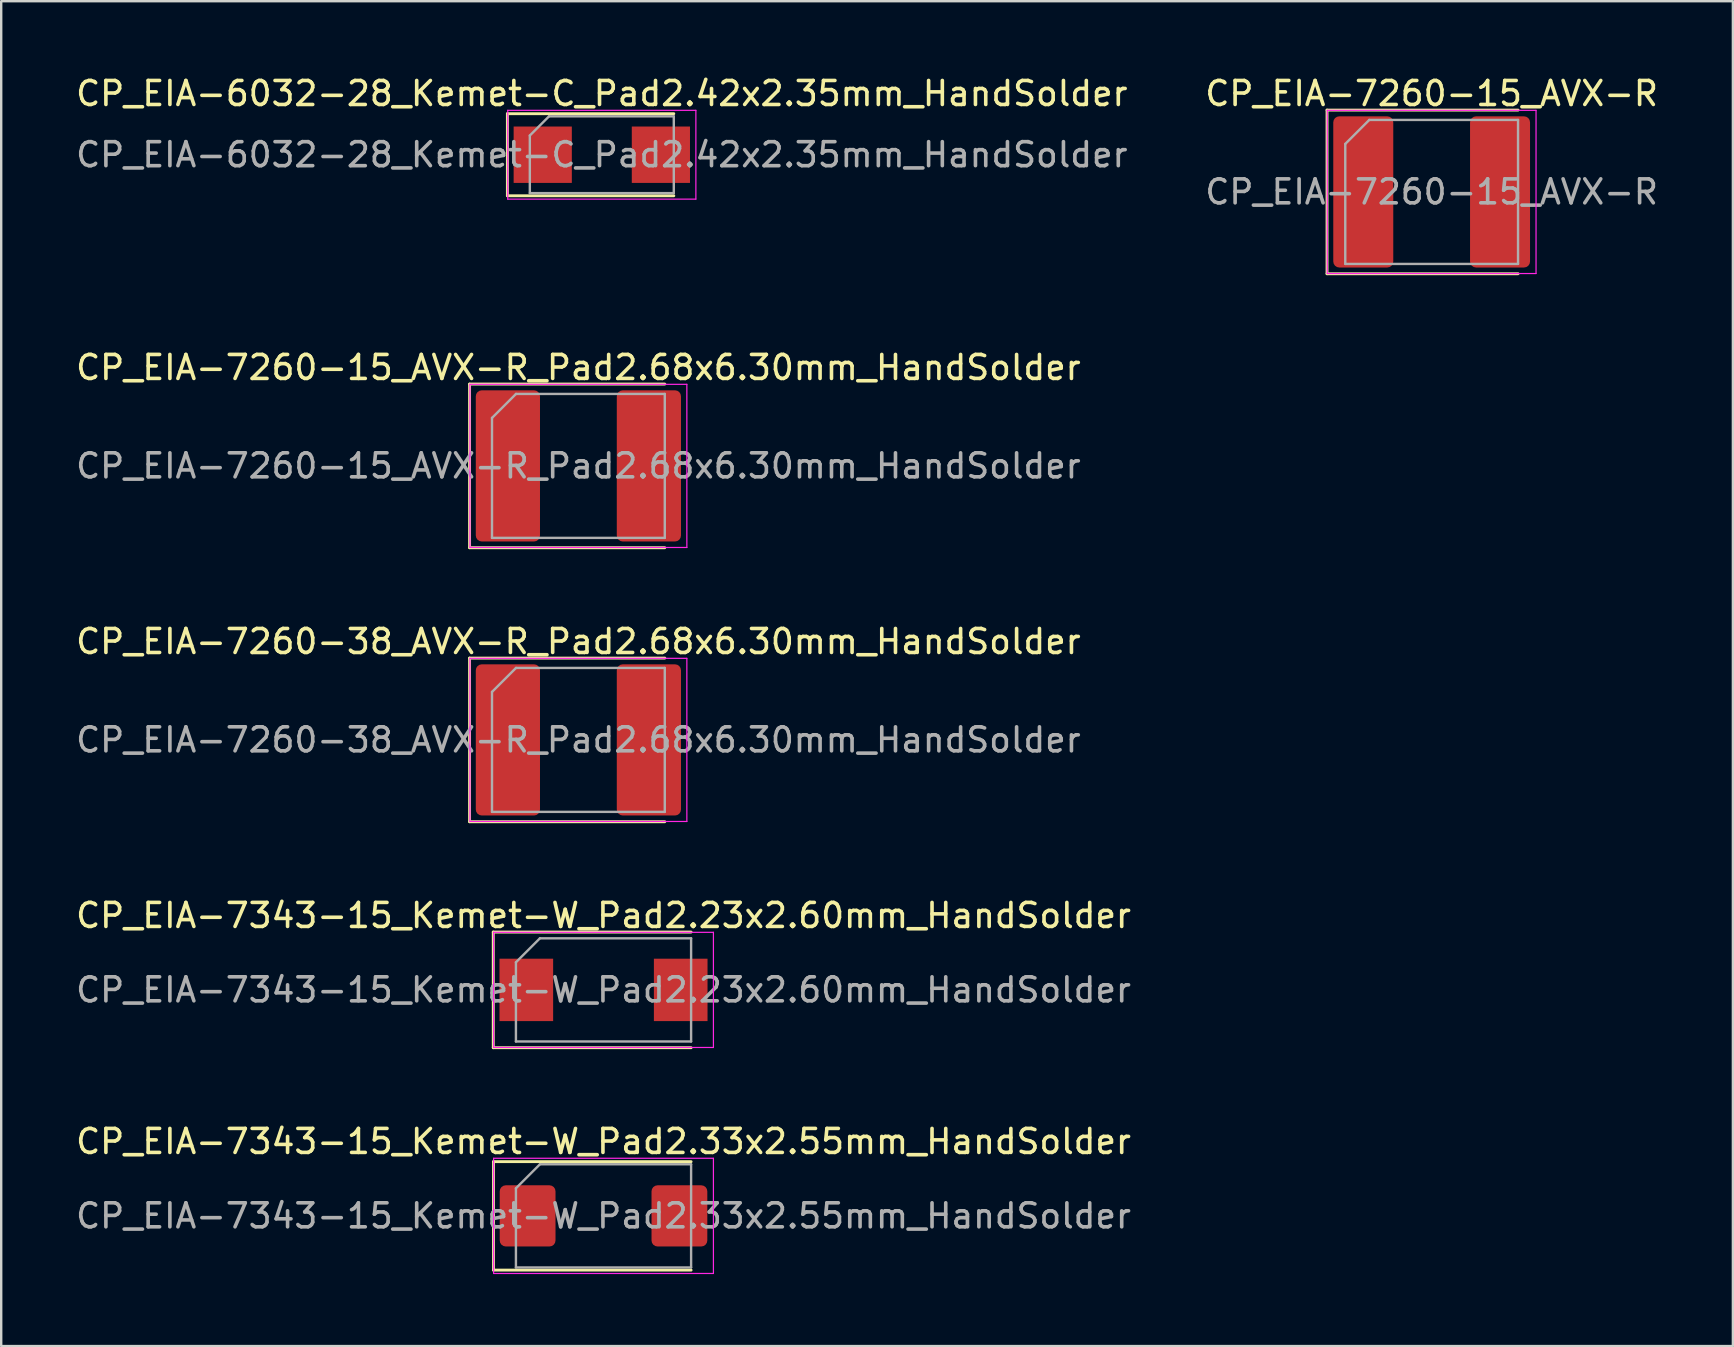
<source format=kicad_pcb>
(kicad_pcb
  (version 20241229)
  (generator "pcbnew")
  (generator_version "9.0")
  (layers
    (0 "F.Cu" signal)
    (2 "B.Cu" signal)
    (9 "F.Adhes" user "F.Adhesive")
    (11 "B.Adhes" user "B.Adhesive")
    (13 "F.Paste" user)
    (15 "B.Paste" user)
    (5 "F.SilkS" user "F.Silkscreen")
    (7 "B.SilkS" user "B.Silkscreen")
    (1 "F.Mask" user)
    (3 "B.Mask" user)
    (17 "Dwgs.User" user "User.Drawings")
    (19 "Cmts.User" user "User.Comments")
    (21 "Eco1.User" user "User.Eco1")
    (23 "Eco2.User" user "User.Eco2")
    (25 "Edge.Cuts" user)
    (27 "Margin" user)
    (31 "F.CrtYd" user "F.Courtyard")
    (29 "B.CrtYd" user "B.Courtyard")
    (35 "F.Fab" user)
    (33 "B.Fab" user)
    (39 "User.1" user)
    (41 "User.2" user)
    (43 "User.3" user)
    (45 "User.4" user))
  (footprint "CP_EIA-7343-15_Kemet-W_Pad2.33x2.55mm_HandSolder"
    (layer "F.Cu")
    (at 22.101 47.621)
    (property "Reference" "CP_EIA-7343-15_Kemet-W_Pad2.33x2.55mm_HandSolder" (at 0 -3.1 0) (layer "F.SilkS") (effects (font (size 1 1) (thickness 0.15))))
    (attr smd)
    (fp_line (start -4.585 -2.26) (end -4.585 2.26) (stroke (width 0.12) (type solid)) (layer "F.SilkS"))
    (fp_line (start -4.585 2.26) (end 3.65 2.26) (stroke (width 0.12) (type solid)) (layer "F.SilkS"))
    (fp_line (start 3.65 -2.26) (end -4.585 -2.26) (stroke (width 0.12) (type solid)) (layer "F.SilkS"))
    (fp_line (start -4.58 -2.4) (end 4.58 -2.4) (stroke (width 0.05) (type solid)) (layer "F.CrtYd"))
    (fp_line (start -4.58 2.4) (end -4.58 -2.4) (stroke (width 0.05) (type solid)) (layer "F.CrtYd"))
    (fp_line (start 4.58 -2.4) (end 4.58 2.4) (stroke (width 0.05) (type solid)) (layer "F.CrtYd"))
    (fp_line (start 4.58 2.4) (end -4.58 2.4) (stroke (width 0.05) (type solid)) (layer "F.CrtYd"))
    (fp_line (start -3.65 -1.15) (end -3.65 2.15) (stroke (width 0.1) (type solid)) (layer "F.Fab"))
    (fp_line (start -3.65 2.15) (end 3.65 2.15) (stroke (width 0.1) (type solid)) (layer "F.Fab"))
    (fp_line (start -2.65 -2.15) (end -3.65 -1.15) (stroke (width 0.1) (type solid)) (layer "F.Fab"))
    (fp_line (start 3.65 -2.15) (end -2.65 -2.15) (stroke (width 0.1) (type solid)) (layer "F.Fab"))
    (fp_line (start 3.65 2.15) (end 3.65 -2.15) (stroke (width 0.1) (type solid)) (layer "F.Fab"))
    (fp_text user "${REFERENCE}" (at 0 0 0) (layer "F.Fab") (effects (font (size 1 1) (thickness 0.15))))
    (pad "1" smd roundrect (at -3.163 0) (size 2.325 2.55) (layers "F.Cu" "F.Mask" "F.Paste") (roundrect_rratio 0.108))
    (pad "2" smd roundrect (at 3.163 0) (size 2.325 2.55) (layers "F.Cu" "F.Mask" "F.Paste") (roundrect_rratio 0.108)))
  (footprint "CP_EIA-6032-28_Kemet-C_Pad2.42x2.35mm_HandSolder"
    (layer "F.Cu")
    (at 22.03 3.398)
    (property "Reference" "CP_EIA-6032-28_Kemet-C_Pad2.42x2.35mm_HandSolder" (at 0 -2.55 0) (layer "F.SilkS") (effects (font (size 1 1) (thickness 0.15))))
    (attr smd)
    (fp_line (start -3.935 -1.71) (end -3.935 1.71) (stroke (width 0.12) (type solid)) (layer "F.SilkS"))
    (fp_line (start -3.935 1.71) (end 3 1.71) (stroke (width 0.12) (type solid)) (layer "F.SilkS"))
    (fp_line (start 3 -1.71) (end -3.935 -1.71) (stroke (width 0.12) (type solid)) (layer "F.SilkS"))
    (fp_line (start -3.92 -1.85) (end 3.92 -1.85) (stroke (width 0.05) (type solid)) (layer "F.CrtYd"))
    (fp_line (start -3.92 1.85) (end -3.92 -1.85) (stroke (width 0.05) (type solid)) (layer "F.CrtYd"))
    (fp_line (start 3.92 -1.85) (end 3.92 1.85) (stroke (width 0.05) (type solid)) (layer "F.CrtYd"))
    (fp_line (start 3.92 1.85) (end -3.92 1.85) (stroke (width 0.05) (type solid)) (layer "F.CrtYd"))
    (fp_line (start -3 -0.8) (end -3 1.6) (stroke (width 0.1) (type solid)) (layer "F.Fab"))
    (fp_line (start -3 1.6) (end 3 1.6) (stroke (width 0.1) (type solid)) (layer "F.Fab"))
    (fp_line (start -2.2 -1.6) (end -3 -0.8) (stroke (width 0.1) (type solid)) (layer "F.Fab"))
    (fp_line (start 3 -1.6) (end -2.2 -1.6) (stroke (width 0.1) (type solid)) (layer "F.Fab"))
    (fp_line (start 3 1.6) (end 3 -1.6) (stroke (width 0.1) (type solid)) (layer "F.Fab"))
    (fp_text user "${REFERENCE}" (at 0 0 0) (layer "F.Fab") (effects (font (size 1 1) (thickness 0.15))))
    (pad "1" smd rect (at -2.462 0) (size 2.425 2.35) (layers "F.Cu" "F.Mask" "F.Paste"))
    (pad "2" smd rect (at 2.462 0) (size 2.425 2.35) (layers "F.Cu" "F.Mask" "F.Paste")))
  (footprint "CP_EIA-7343-15_Kemet-W_Pad2.23x2.60mm_HandSolder"
    (layer "F.Cu")
    (at 22.101 38.203)
    (property "Reference" "CP_EIA-7343-15_Kemet-W_Pad2.23x2.60mm_HandSolder" (at 0 -3.1 0) (layer "F.SilkS") (effects (font (size 1 1) (thickness 0.15))))
    (attr smd)
    (fp_line (start -4.595 -2.41) (end -4.595 2.41) (stroke (width 0.12) (type solid)) (layer "F.SilkS"))
    (fp_line (start -4.595 2.41) (end 3.65 2.41) (stroke (width 0.12) (type solid)) (layer "F.SilkS"))
    (fp_line (start 3.65 -2.41) (end -4.595 -2.41) (stroke (width 0.12) (type solid)) (layer "F.SilkS"))
    (fp_line (start -4.58 -2.4) (end 4.58 -2.4) (stroke (width 0.05) (type solid)) (layer "F.CrtYd"))
    (fp_line (start -4.58 2.4) (end -4.58 -2.4) (stroke (width 0.05) (type solid)) (layer "F.CrtYd"))
    (fp_line (start 4.58 -2.4) (end 4.58 2.4) (stroke (width 0.05) (type solid)) (layer "F.CrtYd"))
    (fp_line (start 4.58 2.4) (end -4.58 2.4) (stroke (width 0.05) (type solid)) (layer "F.CrtYd"))
    (fp_line (start -3.65 -1.15) (end -3.65 2.15) (stroke (width 0.1) (type solid)) (layer "F.Fab"))
    (fp_line (start -3.65 2.15) (end 3.65 2.15) (stroke (width 0.1) (type solid)) (layer "F.Fab"))
    (fp_line (start -2.65 -2.15) (end -3.65 -1.15) (stroke (width 0.1) (type solid)) (layer "F.Fab"))
    (fp_line (start 3.65 -2.15) (end -2.65 -2.15) (stroke (width 0.1) (type solid)) (layer "F.Fab"))
    (fp_line (start 3.65 2.15) (end 3.65 -2.15) (stroke (width 0.1) (type solid)) (layer "F.Fab"))
    (fp_text user "${REFERENCE}" (at 0 0 0) (layer "F.Fab") (effects (font (size 1 1) (thickness 0.15))))
    (pad "1" smd rect (at -3.217 0) (size 2.235 2.6) (layers "F.Cu" "F.Mask" "F.Paste"))
    (pad "2" smd rect (at 3.217 0) (size 2.235 2.6) (layers "F.Cu" "F.Mask" "F.Paste")))
  (footprint "CP_EIA-7260-15_AVX-R"
    (layer "F.Cu")
    (at 56.613 4.948)
    (property "Reference" "CP_EIA-7260-15_AVX-R" (at 0 -4.1 0) (layer "F.SilkS") (effects (font (size 1 1) (thickness 0.15))))
    (attr smd)
    (fp_line (start -4.36 -3.41) (end -4.36 3.41) (stroke (width 0.12) (type solid)) (layer "F.SilkS"))
    (fp_line (start -4.36 3.41) (end 3.6 3.41) (stroke (width 0.12) (type solid)) (layer "F.SilkS"))
    (fp_line (start 3.6 -3.41) (end -4.36 -3.41) (stroke (width 0.12) (type solid)) (layer "F.SilkS"))
    (fp_line (start -4.35 -3.4) (end 4.35 -3.4) (stroke (width 0.05) (type solid)) (layer "F.CrtYd"))
    (fp_line (start -4.35 3.4) (end -4.35 -3.4) (stroke (width 0.05) (type solid)) (layer "F.CrtYd"))
    (fp_line (start 4.35 -3.4) (end 4.35 3.4) (stroke (width 0.05) (type solid)) (layer "F.CrtYd"))
    (fp_line (start 4.35 3.4) (end -4.35 3.4) (stroke (width 0.05) (type solid)) (layer "F.CrtYd"))
    (fp_line (start -3.6 -2) (end -3.6 3) (stroke (width 0.1) (type solid)) (layer "F.Fab"))
    (fp_line (start -3.6 3) (end 3.6 3) (stroke (width 0.1) (type solid)) (layer "F.Fab"))
    (fp_line (start -2.6 -3) (end -3.6 -2) (stroke (width 0.1) (type solid)) (layer "F.Fab"))
    (fp_line (start 3.6 -3) (end -2.6 -3) (stroke (width 0.1) (type solid)) (layer "F.Fab"))
    (fp_line (start 3.6 3) (end 3.6 -3) (stroke (width 0.1) (type solid)) (layer "F.Fab"))
    (fp_text user "${REFERENCE}" (at 0 0 0) (layer "F.Fab") (effects (font (size 1 1) (thickness 0.15))))
    (pad "1" smd roundrect (at -2.85 0) (size 2.5 6.3) (layers "F.Cu" "F.Mask" "F.Paste") (roundrect_rratio 0.1))
    (pad "2" smd roundrect (at 2.85 0) (size 2.5 6.3) (layers "F.Cu" "F.Mask" "F.Paste") (roundrect_rratio 0.1)))
  (footprint "CP_EIA-7260-38_AVX-R_Pad2.68x6.30mm_HandSolder"
    (layer "F.Cu")
    (at 21.054 27.785)
    (property "Reference" "CP_EIA-7260-38_AVX-R_Pad2.68x6.30mm_HandSolder" (at 0 -4.1 0) (layer "F.SilkS") (effects (font (size 1 1) (thickness 0.15))))
    (attr smd)
    (fp_line (start -4.535 -3.41) (end -4.535 3.41) (stroke (width 0.12) (type solid)) (layer "F.SilkS"))
    (fp_line (start -4.535 3.41) (end 3.6 3.41) (stroke (width 0.12) (type solid)) (layer "F.SilkS"))
    (fp_line (start 3.6 -3.41) (end -4.535 -3.41) (stroke (width 0.12) (type solid)) (layer "F.SilkS"))
    (fp_line (start -4.52 -3.4) (end 4.52 -3.4) (stroke (width 0.05) (type solid)) (layer "F.CrtYd"))
    (fp_line (start -4.52 3.4) (end -4.52 -3.4) (stroke (width 0.05) (type solid)) (layer "F.CrtYd"))
    (fp_line (start 4.52 -3.4) (end 4.52 3.4) (stroke (width 0.05) (type solid)) (layer "F.CrtYd"))
    (fp_line (start 4.52 3.4) (end -4.52 3.4) (stroke (width 0.05) (type solid)) (layer "F.CrtYd"))
    (fp_line (start -3.6 -2) (end -3.6 3) (stroke (width 0.1) (type solid)) (layer "F.Fab"))
    (fp_line (start -3.6 3) (end 3.6 3) (stroke (width 0.1) (type solid)) (layer "F.Fab"))
    (fp_line (start -2.6 -3) (end -3.6 -2) (stroke (width 0.1) (type solid)) (layer "F.Fab"))
    (fp_line (start 3.6 -3) (end -2.6 -3) (stroke (width 0.1) (type solid)) (layer "F.Fab"))
    (fp_line (start 3.6 3) (end 3.6 -3) (stroke (width 0.1) (type solid)) (layer "F.Fab"))
    (fp_text user "${REFERENCE}" (at 0 0 0) (layer "F.Fab") (effects (font (size 1 1) (thickness 0.15))))
    (pad "1" smd roundrect (at -2.938 0) (size 2.675 6.3) (layers "F.Cu" "F.Mask" "F.Paste") (roundrect_rratio 0.093))
    (pad "2" smd roundrect (at 2.938 0) (size 2.675 6.3) (layers "F.Cu" "F.Mask" "F.Paste") (roundrect_rratio 0.093)))
  (footprint "CP_EIA-7260-15_AVX-R_Pad2.68x6.30mm_HandSolder"
    (layer "F.Cu")
    (at 21.054 16.366)
    (property "Reference" "CP_EIA-7260-15_AVX-R_Pad2.68x6.30mm_HandSolder" (at 0 -4.1 0) (layer "F.SilkS") (effects (font (size 1 1) (thickness 0.15))))
    (attr smd)
    (fp_line (start -4.535 -3.41) (end -4.535 3.41) (stroke (width 0.12) (type solid)) (layer "F.SilkS"))
    (fp_line (start -4.535 3.41) (end 3.6 3.41) (stroke (width 0.12) (type solid)) (layer "F.SilkS"))
    (fp_line (start 3.6 -3.41) (end -4.535 -3.41) (stroke (width 0.12) (type solid)) (layer "F.SilkS"))
    (fp_line (start -4.52 -3.4) (end 4.52 -3.4) (stroke (width 0.05) (type solid)) (layer "F.CrtYd"))
    (fp_line (start -4.52 3.4) (end -4.52 -3.4) (stroke (width 0.05) (type solid)) (layer "F.CrtYd"))
    (fp_line (start 4.52 -3.4) (end 4.52 3.4) (stroke (width 0.05) (type solid)) (layer "F.CrtYd"))
    (fp_line (start 4.52 3.4) (end -4.52 3.4) (stroke (width 0.05) (type solid)) (layer "F.CrtYd"))
    (fp_line (start -3.6 -2) (end -3.6 3) (stroke (width 0.1) (type solid)) (layer "F.Fab"))
    (fp_line (start -3.6 3) (end 3.6 3) (stroke (width 0.1) (type solid)) (layer "F.Fab"))
    (fp_line (start -2.6 -3) (end -3.6 -2) (stroke (width 0.1) (type solid)) (layer "F.Fab"))
    (fp_line (start 3.6 -3) (end -2.6 -3) (stroke (width 0.1) (type solid)) (layer "F.Fab"))
    (fp_line (start 3.6 3) (end 3.6 -3) (stroke (width 0.1) (type solid)) (layer "F.Fab"))
    (fp_text user "${REFERENCE}" (at 0 0 0) (layer "F.Fab") (effects (font (size 1 1) (thickness 0.15))))
    (pad "1" smd roundrect (at -2.938 0) (size 2.675 6.3) (layers "F.Cu" "F.Mask" "F.Paste") (roundrect_rratio 0.093))
    (pad "2" smd roundrect (at 2.938 0) (size 2.675 6.3) (layers "F.Cu" "F.Mask" "F.Paste") (roundrect_rratio 0.093)))
  (gr_rect
    (start -3 -3)
    (end 69.167 53.046)
    (stroke (width 0.1) (type default))
    (fill no)
    (layer "Edge.Cuts")))
</source>
